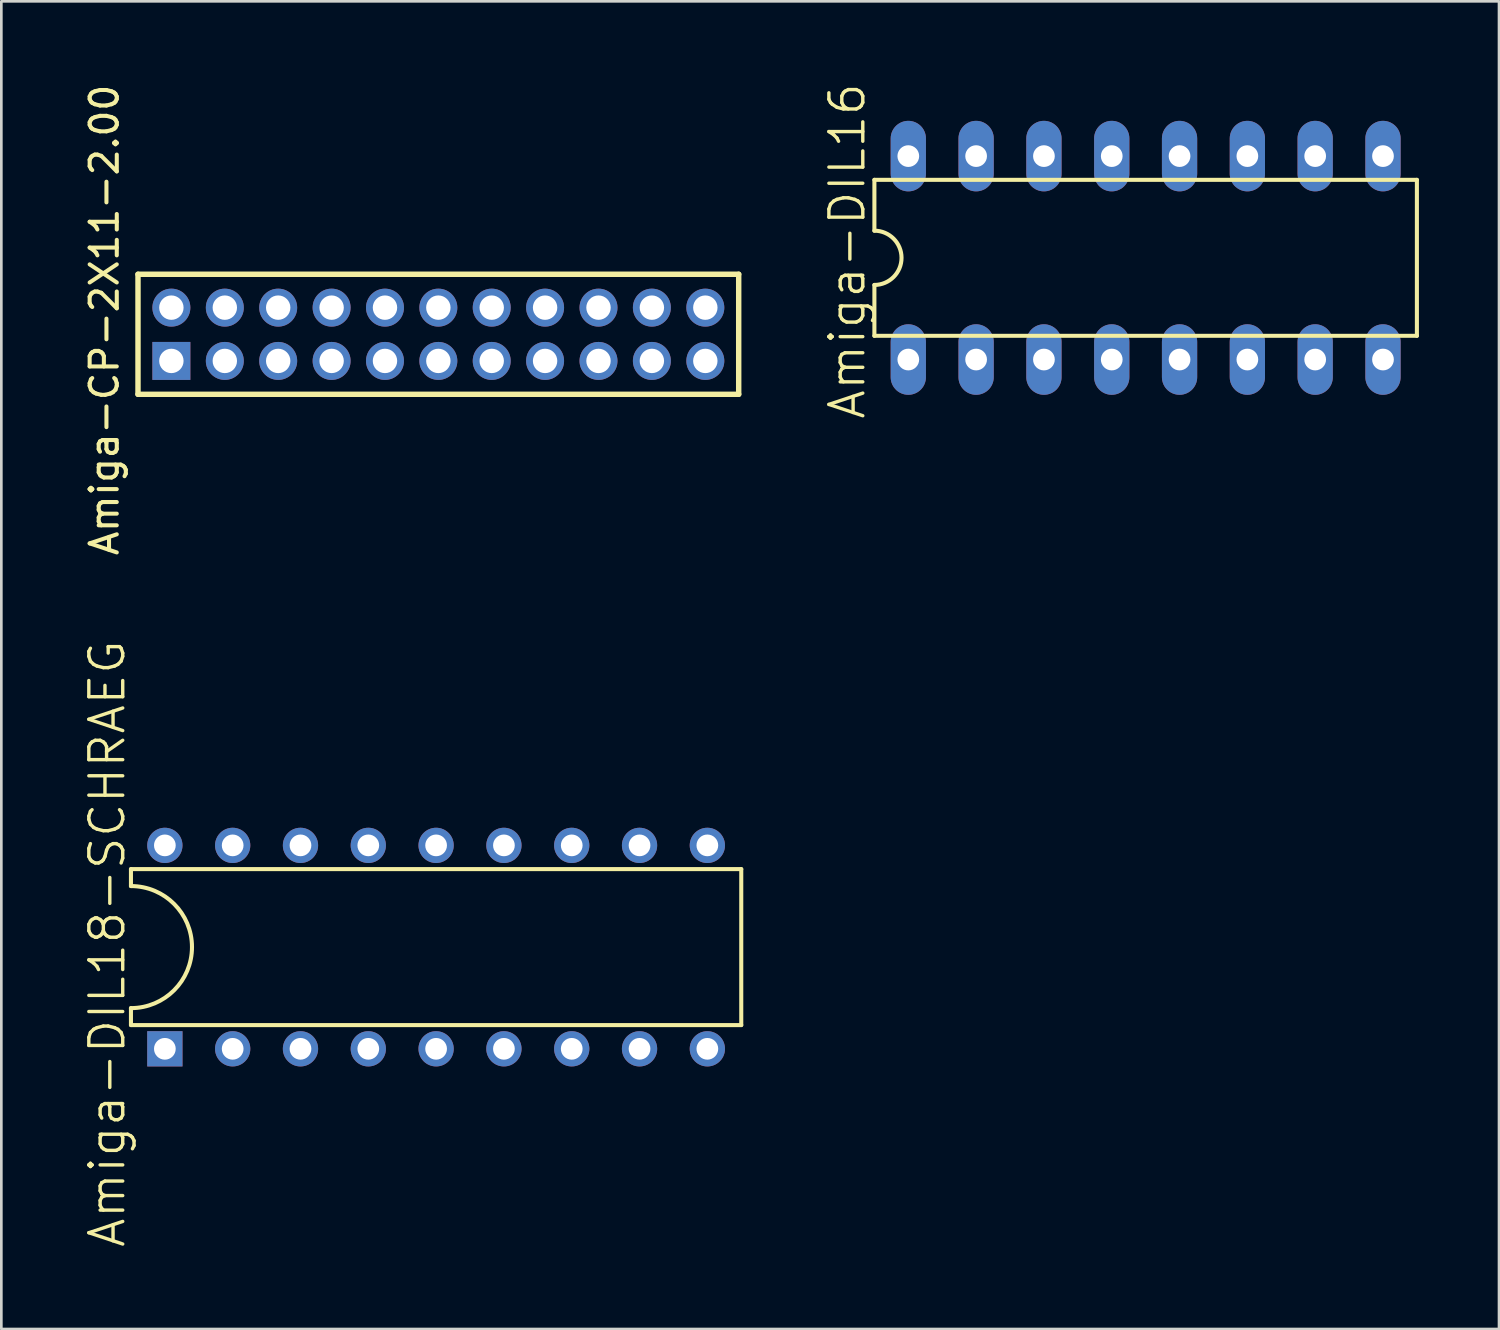
<source format=kicad_pcb>
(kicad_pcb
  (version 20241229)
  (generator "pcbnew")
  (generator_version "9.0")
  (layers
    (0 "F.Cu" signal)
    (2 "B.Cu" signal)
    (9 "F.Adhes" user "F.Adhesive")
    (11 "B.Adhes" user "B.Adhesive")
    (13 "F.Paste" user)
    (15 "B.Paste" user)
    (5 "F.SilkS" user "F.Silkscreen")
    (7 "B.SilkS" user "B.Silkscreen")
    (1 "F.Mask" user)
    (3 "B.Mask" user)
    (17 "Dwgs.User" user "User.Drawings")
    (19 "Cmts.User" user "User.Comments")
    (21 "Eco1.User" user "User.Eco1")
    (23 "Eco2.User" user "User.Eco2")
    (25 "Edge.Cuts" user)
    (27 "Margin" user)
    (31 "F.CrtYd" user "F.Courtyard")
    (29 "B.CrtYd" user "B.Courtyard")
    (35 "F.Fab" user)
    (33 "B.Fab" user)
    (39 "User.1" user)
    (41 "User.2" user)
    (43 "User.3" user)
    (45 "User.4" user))
  (footprint "Amiga-CP-2X11-2.00"
    (layer "F.Cu")
    (at 13.369 9.471)
    (property "Reference" "Amiga-CP-2X11-2.00" (at -12.507 -0.538 90) (layer "F.SilkS") (effects (font (size 1.016 1.016) (thickness 0.152))))
    (attr exclude_from_pos_files exclude_from_bom)
    (fp_line (start -11.25 -2.248) (end 11.25 -2.248) (stroke (width 0.203) (type solid)) (layer "F.SilkS"))
    (fp_line (start -11.25 2.248) (end -11.25 -2.248) (stroke (width 0.203) (type solid)) (layer "F.SilkS"))
    (fp_line (start 11.25 -2.248) (end 11.25 2.248) (stroke (width 0.203) (type solid)) (layer "F.SilkS"))
    (fp_line (start 11.25 2.248) (end -11.25 2.248) (stroke (width 0.203) (type solid)) (layer "F.SilkS"))
    (fp_line (start -10.249 -1.25) (end -9.749 -1.25) (stroke (width 0.066) (type solid)) (layer "Dwgs.User"))
    (fp_line (start -10.249 -0.749) (end -10.249 -1.25) (stroke (width 0.066) (type solid)) (layer "Dwgs.User"))
    (fp_line (start -10.249 -0.749) (end -9.749 -0.749) (stroke (width 0.066) (type solid)) (layer "Dwgs.User"))
    (fp_line (start -10.249 0.749) (end -9.749 0.749) (stroke (width 0.066) (type solid)) (layer "Dwgs.User"))
    (fp_line (start -10.249 1.25) (end -10.249 0.749) (stroke (width 0.066) (type solid)) (layer "Dwgs.User"))
    (fp_line (start -10.249 1.25) (end -9.749 1.25) (stroke (width 0.066) (type solid)) (layer "Dwgs.User"))
    (fp_line (start -9.749 -0.749) (end -9.749 -1.25) (stroke (width 0.066) (type solid)) (layer "Dwgs.User"))
    (fp_line (start -9.749 1.25) (end -9.749 0.749) (stroke (width 0.066) (type solid)) (layer "Dwgs.User"))
    (fp_line (start -8.25 -1.25) (end -7.75 -1.25) (stroke (width 0.066) (type solid)) (layer "Dwgs.User"))
    (fp_line (start -8.25 -0.749) (end -8.25 -1.25) (stroke (width 0.066) (type solid)) (layer "Dwgs.User"))
    (fp_line (start -8.25 -0.749) (end -7.75 -0.749) (stroke (width 0.066) (type solid)) (layer "Dwgs.User"))
    (fp_line (start -8.25 0.749) (end -7.75 0.749) (stroke (width 0.066) (type solid)) (layer "Dwgs.User"))
    (fp_line (start -8.25 1.25) (end -8.25 0.749) (stroke (width 0.066) (type solid)) (layer "Dwgs.User"))
    (fp_line (start -8.25 1.25) (end -7.75 1.25) (stroke (width 0.066) (type solid)) (layer "Dwgs.User"))
    (fp_line (start -7.75 -0.749) (end -7.75 -1.25) (stroke (width 0.066) (type solid)) (layer "Dwgs.User"))
    (fp_line (start -7.75 1.25) (end -7.75 0.749) (stroke (width 0.066) (type solid)) (layer "Dwgs.User"))
    (fp_line (start -6.248 -1.25) (end -5.748 -1.25) (stroke (width 0.066) (type solid)) (layer "Dwgs.User"))
    (fp_line (start -6.248 -0.749) (end -6.248 -1.25) (stroke (width 0.066) (type solid)) (layer "Dwgs.User"))
    (fp_line (start -6.248 -0.749) (end -5.748 -0.749) (stroke (width 0.066) (type solid)) (layer "Dwgs.User"))
    (fp_line (start -6.248 0.749) (end -5.748 0.749) (stroke (width 0.066) (type solid)) (layer "Dwgs.User"))
    (fp_line (start -6.248 1.25) (end -6.248 0.749) (stroke (width 0.066) (type solid)) (layer "Dwgs.User"))
    (fp_line (start -6.248 1.25) (end -5.748 1.25) (stroke (width 0.066) (type solid)) (layer "Dwgs.User"))
    (fp_line (start -5.748 -0.749) (end -5.748 -1.25) (stroke (width 0.066) (type solid)) (layer "Dwgs.User"))
    (fp_line (start -5.748 1.25) (end -5.748 0.749) (stroke (width 0.066) (type solid)) (layer "Dwgs.User"))
    (fp_line (start -4.249 -1.25) (end -3.749 -1.25) (stroke (width 0.066) (type solid)) (layer "Dwgs.User"))
    (fp_line (start -4.249 -0.749) (end -4.249 -1.25) (stroke (width 0.066) (type solid)) (layer "Dwgs.User"))
    (fp_line (start -4.249 -0.749) (end -3.749 -0.749) (stroke (width 0.066) (type solid)) (layer "Dwgs.User"))
    (fp_line (start -4.249 0.749) (end -3.749 0.749) (stroke (width 0.066) (type solid)) (layer "Dwgs.User"))
    (fp_line (start -4.249 1.25) (end -4.249 0.749) (stroke (width 0.066) (type solid)) (layer "Dwgs.User"))
    (fp_line (start -4.249 1.25) (end -3.749 1.25) (stroke (width 0.066) (type solid)) (layer "Dwgs.User"))
    (fp_line (start -3.749 -0.749) (end -3.749 -1.25) (stroke (width 0.066) (type solid)) (layer "Dwgs.User"))
    (fp_line (start -3.749 1.25) (end -3.749 0.749) (stroke (width 0.066) (type solid)) (layer "Dwgs.User"))
    (fp_line (start -2.248 -1.25) (end -1.748 -1.25) (stroke (width 0.066) (type solid)) (layer "Dwgs.User"))
    (fp_line (start -2.248 -0.749) (end -2.248 -1.25) (stroke (width 0.066) (type solid)) (layer "Dwgs.User"))
    (fp_line (start -2.248 -0.749) (end -1.748 -0.749) (stroke (width 0.066) (type solid)) (layer "Dwgs.User"))
    (fp_line (start -2.248 0.749) (end -1.748 0.749) (stroke (width 0.066) (type solid)) (layer "Dwgs.User"))
    (fp_line (start -2.248 1.25) (end -2.248 0.749) (stroke (width 0.066) (type solid)) (layer "Dwgs.User"))
    (fp_line (start -2.248 1.25) (end -1.748 1.25) (stroke (width 0.066) (type solid)) (layer "Dwgs.User"))
    (fp_line (start -1.748 -0.749) (end -1.748 -1.25) (stroke (width 0.066) (type solid)) (layer "Dwgs.User"))
    (fp_line (start -1.748 1.25) (end -1.748 0.749) (stroke (width 0.066) (type solid)) (layer "Dwgs.User"))
    (fp_line (start -0.249 -1.25) (end 0.249 -1.25) (stroke (width 0.066) (type solid)) (layer "Dwgs.User"))
    (fp_line (start -0.249 -0.749) (end -0.249 -1.25) (stroke (width 0.066) (type solid)) (layer "Dwgs.User"))
    (fp_line (start -0.249 -0.749) (end 0.249 -0.749) (stroke (width 0.066) (type solid)) (layer "Dwgs.User"))
    (fp_line (start -0.249 0.749) (end 0.249 0.749) (stroke (width 0.066) (type solid)) (layer "Dwgs.User"))
    (fp_line (start -0.249 1.25) (end -0.249 0.749) (stroke (width 0.066) (type solid)) (layer "Dwgs.User"))
    (fp_line (start -0.249 1.25) (end 0.249 1.25) (stroke (width 0.066) (type solid)) (layer "Dwgs.User"))
    (fp_line (start 0.249 -0.749) (end 0.249 -1.25) (stroke (width 0.066) (type solid)) (layer "Dwgs.User"))
    (fp_line (start 0.249 1.25) (end 0.249 0.749) (stroke (width 0.066) (type solid)) (layer "Dwgs.User"))
    (fp_line (start 1.748 -1.25) (end 2.248 -1.25) (stroke (width 0.066) (type solid)) (layer "Dwgs.User"))
    (fp_line (start 1.748 -0.749) (end 1.748 -1.25) (stroke (width 0.066) (type solid)) (layer "Dwgs.User"))
    (fp_line (start 1.748 -0.749) (end 2.248 -0.749) (stroke (width 0.066) (type solid)) (layer "Dwgs.User"))
    (fp_line (start 1.748 0.749) (end 2.248 0.749) (stroke (width 0.066) (type solid)) (layer "Dwgs.User"))
    (fp_line (start 1.748 1.25) (end 1.748 0.749) (stroke (width 0.066) (type solid)) (layer "Dwgs.User"))
    (fp_line (start 1.748 1.25) (end 2.248 1.25) (stroke (width 0.066) (type solid)) (layer "Dwgs.User"))
    (fp_line (start 2.248 -0.749) (end 2.248 -1.25) (stroke (width 0.066) (type solid)) (layer "Dwgs.User"))
    (fp_line (start 2.248 1.25) (end 2.248 0.749) (stroke (width 0.066) (type solid)) (layer "Dwgs.User"))
    (fp_line (start 3.749 -1.25) (end 4.249 -1.25) (stroke (width 0.066) (type solid)) (layer "Dwgs.User"))
    (fp_line (start 3.749 -0.749) (end 3.749 -1.25) (stroke (width 0.066) (type solid)) (layer "Dwgs.User"))
    (fp_line (start 3.749 -0.749) (end 4.249 -0.749) (stroke (width 0.066) (type solid)) (layer "Dwgs.User"))
    (fp_line (start 3.749 0.749) (end 4.249 0.749) (stroke (width 0.066) (type solid)) (layer "Dwgs.User"))
    (fp_line (start 3.749 1.25) (end 3.749 0.749) (stroke (width 0.066) (type solid)) (layer "Dwgs.User"))
    (fp_line (start 3.749 1.25) (end 4.249 1.25) (stroke (width 0.066) (type solid)) (layer "Dwgs.User"))
    (fp_line (start 4.249 -0.749) (end 4.249 -1.25) (stroke (width 0.066) (type solid)) (layer "Dwgs.User"))
    (fp_line (start 4.249 1.25) (end 4.249 0.749) (stroke (width 0.066) (type solid)) (layer "Dwgs.User"))
    (fp_line (start 5.748 -1.25) (end 6.248 -1.25) (stroke (width 0.066) (type solid)) (layer "Dwgs.User"))
    (fp_line (start 5.748 -0.749) (end 5.748 -1.25) (stroke (width 0.066) (type solid)) (layer "Dwgs.User"))
    (fp_line (start 5.748 -0.749) (end 6.248 -0.749) (stroke (width 0.066) (type solid)) (layer "Dwgs.User"))
    (fp_line (start 5.748 0.749) (end 6.248 0.749) (stroke (width 0.066) (type solid)) (layer "Dwgs.User"))
    (fp_line (start 5.748 1.25) (end 5.748 0.749) (stroke (width 0.066) (type solid)) (layer "Dwgs.User"))
    (fp_line (start 5.748 1.25) (end 6.248 1.25) (stroke (width 0.066) (type solid)) (layer "Dwgs.User"))
    (fp_line (start 6.248 -0.749) (end 6.248 -1.25) (stroke (width 0.066) (type solid)) (layer "Dwgs.User"))
    (fp_line (start 6.248 1.25) (end 6.248 0.749) (stroke (width 0.066) (type solid)) (layer "Dwgs.User"))
    (fp_line (start 7.75 -1.25) (end 8.25 -1.25) (stroke (width 0.066) (type solid)) (layer "Dwgs.User"))
    (fp_line (start 7.75 -0.749) (end 7.75 -1.25) (stroke (width 0.066) (type solid)) (layer "Dwgs.User"))
    (fp_line (start 7.75 -0.749) (end 8.25 -0.749) (stroke (width 0.066) (type solid)) (layer "Dwgs.User"))
    (fp_line (start 7.75 0.749) (end 8.25 0.749) (stroke (width 0.066) (type solid)) (layer "Dwgs.User"))
    (fp_line (start 7.75 1.25) (end 7.75 0.749) (stroke (width 0.066) (type solid)) (layer "Dwgs.User"))
    (fp_line (start 7.75 1.25) (end 8.25 1.25) (stroke (width 0.066) (type solid)) (layer "Dwgs.User"))
    (fp_line (start 8.25 -0.749) (end 8.25 -1.25) (stroke (width 0.066) (type solid)) (layer "Dwgs.User"))
    (fp_line (start 8.25 1.25) (end 8.25 0.749) (stroke (width 0.066) (type solid)) (layer "Dwgs.User"))
    (fp_line (start 9.749 -1.25) (end 10.249 -1.25) (stroke (width 0.066) (type solid)) (layer "Dwgs.User"))
    (fp_line (start 9.749 -0.749) (end 9.749 -1.25) (stroke (width 0.066) (type solid)) (layer "Dwgs.User"))
    (fp_line (start 9.749 -0.749) (end 10.249 -0.749) (stroke (width 0.066) (type solid)) (layer "Dwgs.User"))
    (fp_line (start 9.749 0.749) (end 10.249 0.749) (stroke (width 0.066) (type solid)) (layer "Dwgs.User"))
    (fp_line (start 9.749 1.25) (end 9.749 0.749) (stroke (width 0.066) (type solid)) (layer "Dwgs.User"))
    (fp_line (start 9.749 1.25) (end 10.249 1.25) (stroke (width 0.066) (type solid)) (layer "Dwgs.User"))
    (fp_line (start 10.249 -0.749) (end 10.249 -1.25) (stroke (width 0.066) (type solid)) (layer "Dwgs.User"))
    (fp_line (start 10.249 1.25) (end 10.249 0.749) (stroke (width 0.066) (type solid)) (layer "Dwgs.User"))
    (pad "19" thru_hole rect (at -10 0.998) (size 1.422 1.422) (drill 0.914) (layers "*.Cu" "*.Paste" "*.Mask"))
    (pad "20" thru_hole circle (at -10 -0.998) (size 1.422 1.422) (drill 0.914) (layers "*.Cu" "*.Paste" "*.Mask"))
    (pad "21" thru_hole circle (at -7.998 0.998) (size 1.422 1.422) (drill 0.914) (layers "*.Cu" "*.Paste" "*.Mask"))
    (pad "22" thru_hole circle (at -7.998 -0.998) (size 1.422 1.422) (drill 0.914) (layers "*.Cu" "*.Paste" "*.Mask"))
    (pad "23" thru_hole circle (at -5.999 0.998) (size 1.422 1.422) (drill 0.914) (layers "*.Cu" "*.Paste" "*.Mask"))
    (pad "24" thru_hole circle (at -5.999 -0.998) (size 1.422 1.422) (drill 0.914) (layers "*.Cu" "*.Paste" "*.Mask"))
    (pad "25" thru_hole circle (at -3.998 0.998) (size 1.422 1.422) (drill 0.914) (layers "*.Cu" "*.Paste" "*.Mask"))
    (pad "26" thru_hole circle (at -3.998 -0.998) (size 1.422 1.422) (drill 0.914) (layers "*.Cu" "*.Paste" "*.Mask"))
    (pad "27" thru_hole circle (at -1.999 0.998) (size 1.422 1.422) (drill 0.914) (layers "*.Cu" "*.Paste" "*.Mask"))
    (pad "28" thru_hole circle (at -1.999 -0.998) (size 1.422 1.422) (drill 0.914) (layers "*.Cu" "*.Paste" "*.Mask"))
    (pad "29" thru_hole circle (at 0 0.998) (size 1.422 1.422) (drill 0.914) (layers "*.Cu" "*.Paste" "*.Mask"))
    (pad "30" thru_hole circle (at 0 -0.998) (size 1.422 1.422) (drill 0.914) (layers "*.Cu" "*.Paste" "*.Mask"))
    (pad "31" thru_hole circle (at 1.999 0.998) (size 1.422 1.422) (drill 0.914) (layers "*.Cu" "*.Paste" "*.Mask"))
    (pad "32" thru_hole circle (at 1.999 -0.998) (size 1.422 1.422) (drill 0.914) (layers "*.Cu" "*.Paste" "*.Mask"))
    (pad "33" thru_hole circle (at 3.998 0.998) (size 1.422 1.422) (drill 0.914) (layers "*.Cu" "*.Paste" "*.Mask"))
    (pad "34" thru_hole circle (at 3.998 -0.998) (size 1.422 1.422) (drill 0.914) (layers "*.Cu" "*.Paste" "*.Mask"))
    (pad "35" thru_hole circle (at 5.999 0.998) (size 1.422 1.422) (drill 0.914) (layers "*.Cu" "*.Paste" "*.Mask"))
    (pad "36" thru_hole circle (at 5.999 -0.998) (size 1.422 1.422) (drill 0.914) (layers "*.Cu" "*.Paste" "*.Mask"))
    (pad "37" thru_hole circle (at 7.998 0.998) (size 1.422 1.422) (drill 0.914) (layers "*.Cu" "*.Paste" "*.Mask"))
    (pad "38" thru_hole circle (at 7.998 -0.998) (size 1.422 1.422) (drill 0.914) (layers "*.Cu" "*.Paste" "*.Mask"))
    (pad "39" thru_hole circle (at 10 0.998) (size 1.422 1.422) (drill 0.914) (layers "*.Cu" "*.Paste" "*.Mask"))
    (pad "40" thru_hole circle (at 10 -0.998) (size 1.422 1.422) (drill 0.914) (layers "*.Cu" "*.Paste" "*.Mask")))
  (footprint "Amiga-DIL18-SCHRAEG"
    (layer "F.Cu")
    (at 13.285 32.425)
    (property "Reference" "Amiga-DIL18-SCHRAEG" (at -12.319 -0.127 90) (layer "F.SilkS") (effects (font (size 1.27 1.27) (thickness 0.127))))
    (attr exclude_from_pos_files exclude_from_bom)
    (fp_line (start -11.43 -2.921) (end -11.43 -2.286) (stroke (width 0.152) (type solid)) (layer "F.SilkS"))
    (fp_line (start -11.43 2.921) (end -11.43 2.286) (stroke (width 0.152) (type solid)) (layer "F.SilkS"))
    (fp_line (start -11.43 2.921) (end 11.43 2.921) (stroke (width 0.152) (type solid)) (layer "F.SilkS"))
    (fp_line (start 11.43 -2.921) (end -11.43 -2.921) (stroke (width 0.152) (type solid)) (layer "F.SilkS"))
    (fp_line (start 11.43 -2.921) (end 11.43 2.921) (stroke (width 0.152) (type solid)) (layer "F.SilkS"))
    (fp_arc (start -11.43 -2.286) (mid -9.144 0) (end -11.43 2.286) (stroke (width 0.1524) (type solid)) (layer "F.SilkS"))
    (pad "1" thru_hole rect (at -10.16 3.81) (size 1.321 1.321) (drill 0.813) (layers "*.Cu" "*.Paste" "*.Mask"))
    (pad "2" thru_hole circle (at -7.62 3.81) (size 1.321 1.321) (drill 0.813) (layers "*.Cu" "*.Paste" "*.Mask"))
    (pad "3" thru_hole circle (at -5.08 3.81) (size 1.321 1.321) (drill 0.813) (layers "*.Cu" "*.Paste" "*.Mask"))
    (pad "4" thru_hole circle (at -2.54 3.81) (size 1.321 1.321) (drill 0.813) (layers "*.Cu" "*.Paste" "*.Mask"))
    (pad "5" thru_hole circle (at 0 3.81) (size 1.321 1.321) (drill 0.813) (layers "*.Cu" "*.Paste" "*.Mask"))
    (pad "6" thru_hole circle (at 2.54 3.81) (size 1.321 1.321) (drill 0.813) (layers "*.Cu" "*.Paste" "*.Mask"))
    (pad "7" thru_hole circle (at 5.08 3.81) (size 1.321 1.321) (drill 0.813) (layers "*.Cu" "*.Paste" "*.Mask"))
    (pad "8" thru_hole circle (at 7.62 3.81) (size 1.321 1.321) (drill 0.813) (layers "*.Cu" "*.Paste" "*.Mask"))
    (pad "9" thru_hole circle (at 10.16 3.81) (size 1.321 1.321) (drill 0.813) (layers "*.Cu" "*.Paste" "*.Mask"))
    (pad "10" thru_hole circle (at 10.16 -3.81) (size 1.321 1.321) (drill 0.813) (layers "*.Cu" "*.Paste" "*.Mask"))
    (pad "11" thru_hole circle (at 7.62 -3.81) (size 1.321 1.321) (drill 0.813) (layers "*.Cu" "*.Paste" "*.Mask"))
    (pad "12" thru_hole circle (at 5.08 -3.81) (size 1.321 1.321) (drill 0.813) (layers "*.Cu" "*.Paste" "*.Mask"))
    (pad "13" thru_hole circle (at 2.54 -3.81) (size 1.321 1.321) (drill 0.813) (layers "*.Cu" "*.Paste" "*.Mask"))
    (pad "14" thru_hole circle (at 0 -3.81) (size 1.321 1.321) (drill 0.813) (layers "*.Cu" "*.Paste" "*.Mask"))
    (pad "15" thru_hole circle (at -2.54 -3.81) (size 1.321 1.321) (drill 0.813) (layers "*.Cu" "*.Paste" "*.Mask"))
    (pad "16" thru_hole circle (at -5.08 -3.81) (size 1.321 1.321) (drill 0.813) (layers "*.Cu" "*.Paste" "*.Mask"))
    (pad "17" thru_hole circle (at -7.62 -3.81) (size 1.321 1.321) (drill 0.813) (layers "*.Cu" "*.Paste" "*.Mask"))
    (pad "18" thru_hole circle (at -10.16 -3.81) (size 1.321 1.321) (drill 0.813) (layers "*.Cu" "*.Paste" "*.Mask")))
  (footprint "Amiga-DIL16"
    (layer "F.Cu")
    (at 39.862 6.607)
    (property "Reference" "Amiga-DIL16" (at -11.176 -0.254 90) (layer "F.SilkS") (effects (font (size 1.27 1.27) (thickness 0.127))))
    (attr exclude_from_pos_files exclude_from_bom)
    (fp_line (start -10.16 -2.921) (end -10.16 -1.016) (stroke (width 0.152) (type solid)) (layer "F.SilkS"))
    (fp_line (start -10.16 2.921) (end -10.16 1.016) (stroke (width 0.152) (type solid)) (layer "F.SilkS"))
    (fp_line (start -10.16 2.921) (end 10.16 2.921) (stroke (width 0.152) (type solid)) (layer "F.SilkS"))
    (fp_line (start 10.16 -2.921) (end -10.16 -2.921) (stroke (width 0.152) (type solid)) (layer "F.SilkS"))
    (fp_line (start 10.16 -2.921) (end 10.16 2.921) (stroke (width 0.152) (type solid)) (layer "F.SilkS"))
    (fp_arc (start -10.16 -1.016) (mid -9.144 0) (end -10.16 1.016) (stroke (width 0.1524) (type solid)) (layer "F.SilkS"))
    (pad "1" thru_hole oval (at -8.89 3.81 180) (size 1.321 2.642) (drill 0.813) (layers "*.Cu" "*.Paste" "*.Mask"))
    (pad "2" thru_hole oval (at -6.35 3.81 180) (size 1.321 2.642) (drill 0.813) (layers "*.Cu" "*.Paste" "*.Mask"))
    (pad "3" thru_hole oval (at -3.81 3.81 180) (size 1.321 2.642) (drill 0.813) (layers "*.Cu" "*.Paste" "*.Mask"))
    (pad "4" thru_hole oval (at -1.27 3.81 180) (size 1.321 2.642) (drill 0.813) (layers "*.Cu" "*.Paste" "*.Mask"))
    (pad "5" thru_hole oval (at 1.27 3.81 180) (size 1.321 2.642) (drill 0.813) (layers "*.Cu" "*.Paste" "*.Mask"))
    (pad "6" thru_hole oval (at 3.81 3.81 180) (size 1.321 2.642) (drill 0.813) (layers "*.Cu" "*.Paste" "*.Mask"))
    (pad "7" thru_hole oval (at 6.35 3.81 180) (size 1.321 2.642) (drill 0.813) (layers "*.Cu" "*.Paste" "*.Mask"))
    (pad "8" thru_hole oval (at 8.89 3.81 180) (size 1.321 2.642) (drill 0.813) (layers "*.Cu" "*.Paste" "*.Mask"))
    (pad "9" thru_hole oval (at 8.89 -3.81 180) (size 1.321 2.642) (drill 0.813) (layers "*.Cu" "*.Paste" "*.Mask"))
    (pad "10" thru_hole oval (at 6.35 -3.81 180) (size 1.321 2.642) (drill 0.813) (layers "*.Cu" "*.Paste" "*.Mask"))
    (pad "11" thru_hole oval (at 3.81 -3.81 180) (size 1.321 2.642) (drill 0.813) (layers "*.Cu" "*.Paste" "*.Mask"))
    (pad "12" thru_hole oval (at 1.27 -3.81 180) (size 1.321 2.642) (drill 0.813) (layers "*.Cu" "*.Paste" "*.Mask"))
    (pad "13" thru_hole oval (at -1.27 -3.81 180) (size 1.321 2.642) (drill 0.813) (layers "*.Cu" "*.Paste" "*.Mask"))
    (pad "14" thru_hole oval (at -3.81 -3.81 180) (size 1.321 2.642) (drill 0.813) (layers "*.Cu" "*.Paste" "*.Mask"))
    (pad "15" thru_hole oval (at -6.35 -3.81 180) (size 1.321 2.642) (drill 0.813) (layers "*.Cu" "*.Paste" "*.Mask"))
    (pad "16" thru_hole oval (at -8.89 -3.81 180) (size 1.321 2.642) (drill 0.813) (layers "*.Cu" "*.Paste" "*.Mask")))
  (gr_rect
    (start -3 -3)
    (end 53.098 46.731)
    (stroke (width 0.1) (type default))
    (fill no)
    (layer "Edge.Cuts")))
</source>
